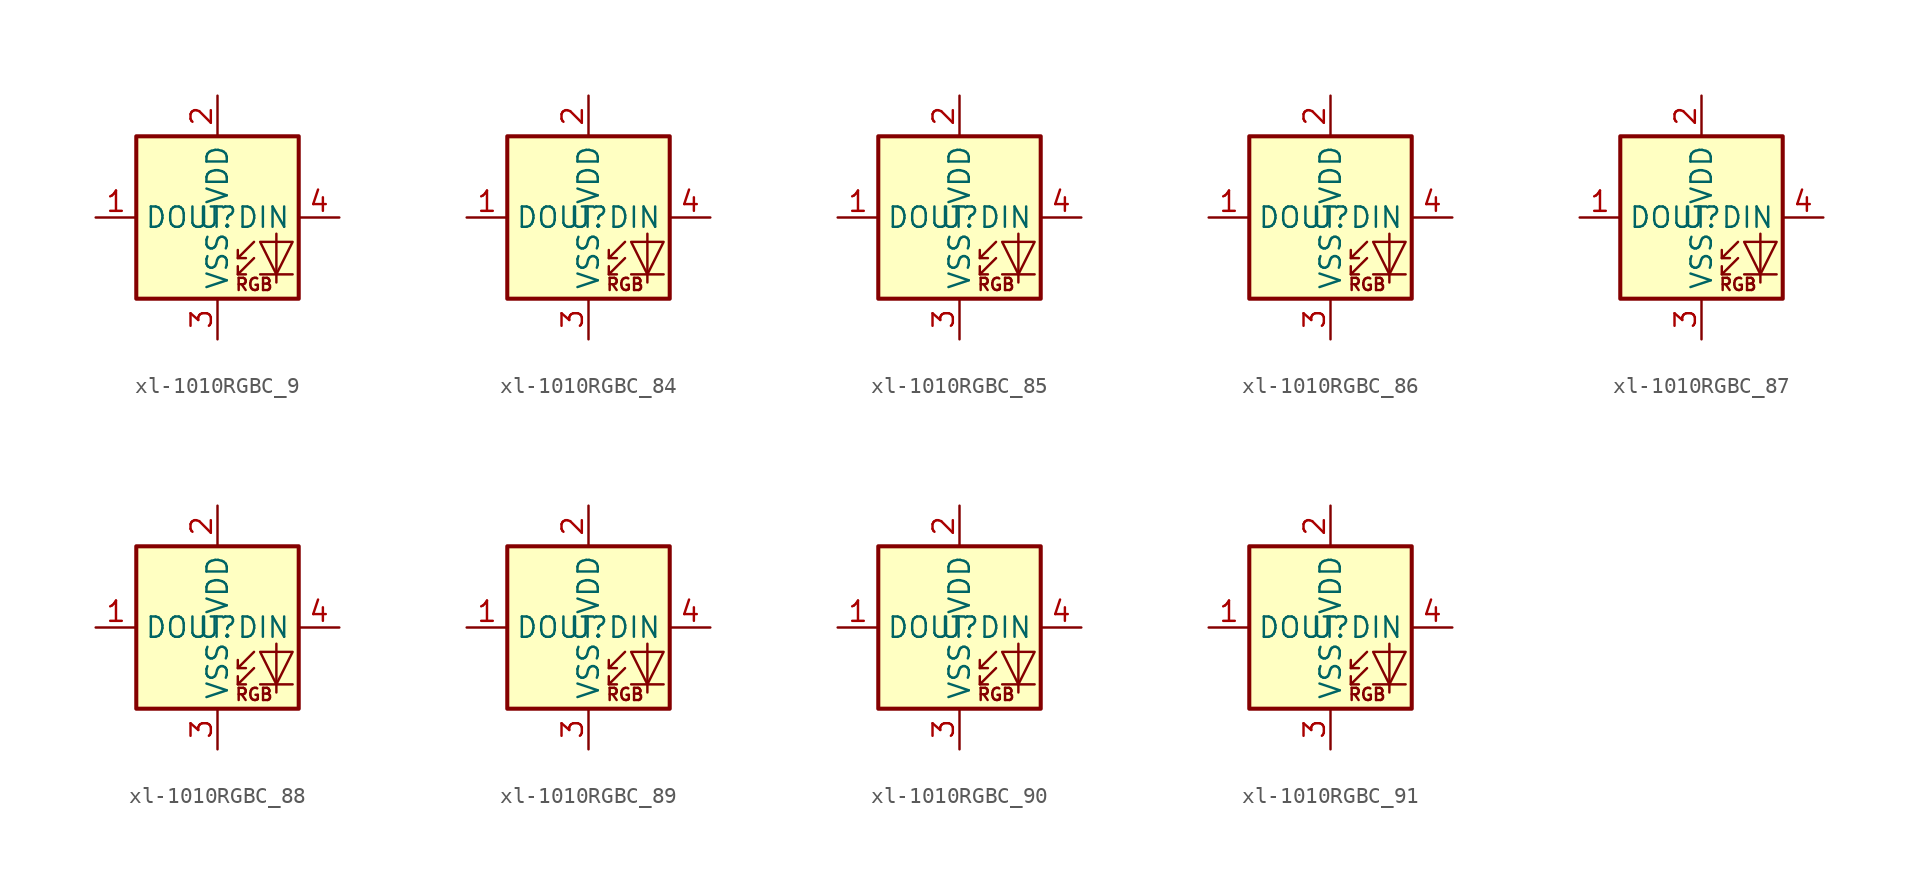
<source format=kicad_sym>
(kicad_symbol_lib
  (version 20231120)
  (generator "kicad_symbol_editor")
  (generator_version "8.0")
  (symbol "xl-1010RGBC_9"
    (property "Reference" "U"
      (at 0 0 0)
      (effects (font (size 1.27 1.27))))
    (property "Value" ""
      (at 0 0 0)
      (effects (font (size 1.27 1.27))))
    (symbol "xl-1010RGBC_9_0_0"
      (text "RGB" (at 2.286 -4.191 0) (effects (font (size 0.762 0.762)))))
    (symbol "xl-1010RGBC_9_0_1"
      (polyline (pts (xy 1.27 -3.556) (xy 1.778 -3.556)) (stroke (width 0) (type default)) (fill (type none)))
      (polyline (pts (xy 1.27 -2.54) (xy 1.778 -2.54)) (stroke (width 0) (type default)) (fill (type none)))
      (polyline (pts (xy 4.699 -3.556) (xy 2.667 -3.556)) (stroke (width 0) (type default)) (fill (type none)))
      (polyline (pts (xy 2.286 -2.54) (xy 1.27 -3.556) (xy 1.27 -3.048)) (stroke (width 0) (type default)) (fill (type none)))
      (polyline (pts (xy 2.286 -1.524) (xy 1.27 -2.54) (xy 1.27 -2.032)) (stroke (width 0) (type default)) (fill (type none)))
      (polyline (pts (xy 3.683 -1.016) (xy 3.683 -3.556) (xy 3.683 -4.064)) (stroke (width 0) (type default)) (fill (type none)))
      (polyline (pts (xy 4.699 -1.524) (xy 2.667 -1.524) (xy 3.683 -3.556) (xy 4.699 -1.524)) (stroke (width 0) (type default)) (fill (type none)))
      (rectangle (start 5.08 5.08) (end -5.08 -5.08) (stroke (width 0.254) (type default)) (fill (type background))))
    (symbol "xl-1010RGBC_9_1_1"
      (pin output line (at -7.62 0 0) (length 2.54) (name "DOUT" (effects (font (size 1.27 1.27)))) (number "1" (effects (font (size 1.27 1.27)))))
      (pin power_in line (at 0 7.62 270) (length 2.54) (name "VDD" (effects (font (size 1.27 1.27)))) (number "2" (effects (font (size 1.27 1.27)))))
      (pin power_in line (at 0 -7.62 90) (length 2.54) (name "VSS" (effects (font (size 1.27 1.27)))) (number "3" (effects (font (size 1.27 1.27)))))
      (pin input line (at 7.62 0 180) (length 2.54) (name "DIN" (effects (font (size 1.27 1.27)))) (number "4" (effects (font (size 1.27 1.27)))))))
  (symbol "xl-1010RGBC_84"
    (property "Reference" "U"
      (at 0 0 0)
      (effects (font (size 1.27 1.27))))
    (property "Value" ""
      (at 0 0 0)
      (effects (font (size 1.27 1.27))))
    (symbol "xl-1010RGBC_84_0_0"
      (text "RGB" (at 2.286 -4.191 0) (effects (font (size 0.762 0.762)))))
    (symbol "xl-1010RGBC_84_0_1"
      (polyline (pts (xy 1.27 -3.556) (xy 1.778 -3.556)) (stroke (width 0) (type default)) (fill (type none)))
      (polyline (pts (xy 1.27 -2.54) (xy 1.778 -2.54)) (stroke (width 0) (type default)) (fill (type none)))
      (polyline (pts (xy 4.699 -3.556) (xy 2.667 -3.556)) (stroke (width 0) (type default)) (fill (type none)))
      (polyline (pts (xy 2.286 -2.54) (xy 1.27 -3.556) (xy 1.27 -3.048)) (stroke (width 0) (type default)) (fill (type none)))
      (polyline (pts (xy 2.286 -1.524) (xy 1.27 -2.54) (xy 1.27 -2.032)) (stroke (width 0) (type default)) (fill (type none)))
      (polyline (pts (xy 3.683 -1.016) (xy 3.683 -3.556) (xy 3.683 -4.064)) (stroke (width 0) (type default)) (fill (type none)))
      (polyline (pts (xy 4.699 -1.524) (xy 2.667 -1.524) (xy 3.683 -3.556) (xy 4.699 -1.524)) (stroke (width 0) (type default)) (fill (type none)))
      (rectangle (start 5.08 5.08) (end -5.08 -5.08) (stroke (width 0.254) (type default)) (fill (type background))))
    (symbol "xl-1010RGBC_84_1_1"
      (pin output line (at -7.62 0 0) (length 2.54) (name "DOUT" (effects (font (size 1.27 1.27)))) (number "1" (effects (font (size 1.27 1.27)))))
      (pin power_in line (at 0 7.62 270) (length 2.54) (name "VDD" (effects (font (size 1.27 1.27)))) (number "2" (effects (font (size 1.27 1.27)))))
      (pin power_in line (at 0 -7.62 90) (length 2.54) (name "VSS" (effects (font (size 1.27 1.27)))) (number "3" (effects (font (size 1.27 1.27)))))
      (pin input line (at 7.62 0 180) (length 2.54) (name "DIN" (effects (font (size 1.27 1.27)))) (number "4" (effects (font (size 1.27 1.27)))))))
  (symbol "xl-1010RGBC_85"
    (property "Reference" "U"
      (at 0 0 0)
      (effects (font (size 1.27 1.27))))
    (property "Value" ""
      (at 0 0 0)
      (effects (font (size 1.27 1.27))))
    (symbol "xl-1010RGBC_85_0_0"
      (text "RGB" (at 2.286 -4.191 0) (effects (font (size 0.762 0.762)))))
    (symbol "xl-1010RGBC_85_0_1"
      (polyline (pts (xy 1.27 -3.556) (xy 1.778 -3.556)) (stroke (width 0) (type default)) (fill (type none)))
      (polyline (pts (xy 1.27 -2.54) (xy 1.778 -2.54)) (stroke (width 0) (type default)) (fill (type none)))
      (polyline (pts (xy 4.699 -3.556) (xy 2.667 -3.556)) (stroke (width 0) (type default)) (fill (type none)))
      (polyline (pts (xy 2.286 -2.54) (xy 1.27 -3.556) (xy 1.27 -3.048)) (stroke (width 0) (type default)) (fill (type none)))
      (polyline (pts (xy 2.286 -1.524) (xy 1.27 -2.54) (xy 1.27 -2.032)) (stroke (width 0) (type default)) (fill (type none)))
      (polyline (pts (xy 3.683 -1.016) (xy 3.683 -3.556) (xy 3.683 -4.064)) (stroke (width 0) (type default)) (fill (type none)))
      (polyline (pts (xy 4.699 -1.524) (xy 2.667 -1.524) (xy 3.683 -3.556) (xy 4.699 -1.524)) (stroke (width 0) (type default)) (fill (type none)))
      (rectangle (start 5.08 5.08) (end -5.08 -5.08) (stroke (width 0.254) (type default)) (fill (type background))))
    (symbol "xl-1010RGBC_85_1_1"
      (pin output line (at -7.62 0 0) (length 2.54) (name "DOUT" (effects (font (size 1.27 1.27)))) (number "1" (effects (font (size 1.27 1.27)))))
      (pin power_in line (at 0 7.62 270) (length 2.54) (name "VDD" (effects (font (size 1.27 1.27)))) (number "2" (effects (font (size 1.27 1.27)))))
      (pin power_in line (at 0 -7.62 90) (length 2.54) (name "VSS" (effects (font (size 1.27 1.27)))) (number "3" (effects (font (size 1.27 1.27)))))
      (pin input line (at 7.62 0 180) (length 2.54) (name "DIN" (effects (font (size 1.27 1.27)))) (number "4" (effects (font (size 1.27 1.27)))))))
  (symbol "xl-1010RGBC_86"
    (property "Reference" "U"
      (at 0 0 0)
      (effects (font (size 1.27 1.27))))
    (property "Value" ""
      (at 0 0 0)
      (effects (font (size 1.27 1.27))))
    (symbol "xl-1010RGBC_86_0_0"
      (text "RGB" (at 2.286 -4.191 0) (effects (font (size 0.762 0.762)))))
    (symbol "xl-1010RGBC_86_0_1"
      (polyline (pts (xy 1.27 -3.556) (xy 1.778 -3.556)) (stroke (width 0) (type default)) (fill (type none)))
      (polyline (pts (xy 1.27 -2.54) (xy 1.778 -2.54)) (stroke (width 0) (type default)) (fill (type none)))
      (polyline (pts (xy 4.699 -3.556) (xy 2.667 -3.556)) (stroke (width 0) (type default)) (fill (type none)))
      (polyline (pts (xy 2.286 -2.54) (xy 1.27 -3.556) (xy 1.27 -3.048)) (stroke (width 0) (type default)) (fill (type none)))
      (polyline (pts (xy 2.286 -1.524) (xy 1.27 -2.54) (xy 1.27 -2.032)) (stroke (width 0) (type default)) (fill (type none)))
      (polyline (pts (xy 3.683 -1.016) (xy 3.683 -3.556) (xy 3.683 -4.064)) (stroke (width 0) (type default)) (fill (type none)))
      (polyline (pts (xy 4.699 -1.524) (xy 2.667 -1.524) (xy 3.683 -3.556) (xy 4.699 -1.524)) (stroke (width 0) (type default)) (fill (type none)))
      (rectangle (start 5.08 5.08) (end -5.08 -5.08) (stroke (width 0.254) (type default)) (fill (type background))))
    (symbol "xl-1010RGBC_86_1_1"
      (pin output line (at -7.62 0 0) (length 2.54) (name "DOUT" (effects (font (size 1.27 1.27)))) (number "1" (effects (font (size 1.27 1.27)))))
      (pin power_in line (at 0 7.62 270) (length 2.54) (name "VDD" (effects (font (size 1.27 1.27)))) (number "2" (effects (font (size 1.27 1.27)))))
      (pin power_in line (at 0 -7.62 90) (length 2.54) (name "VSS" (effects (font (size 1.27 1.27)))) (number "3" (effects (font (size 1.27 1.27)))))
      (pin input line (at 7.62 0 180) (length 2.54) (name "DIN" (effects (font (size 1.27 1.27)))) (number "4" (effects (font (size 1.27 1.27)))))))
  (symbol "xl-1010RGBC_87"
    (property "Reference" "U"
      (at 0 0 0)
      (effects (font (size 1.27 1.27))))
    (property "Value" ""
      (at 0 0 0)
      (effects (font (size 1.27 1.27))))
    (symbol "xl-1010RGBC_87_0_0"
      (text "RGB" (at 2.286 -4.191 0) (effects (font (size 0.762 0.762)))))
    (symbol "xl-1010RGBC_87_0_1"
      (polyline (pts (xy 1.27 -3.556) (xy 1.778 -3.556)) (stroke (width 0) (type default)) (fill (type none)))
      (polyline (pts (xy 1.27 -2.54) (xy 1.778 -2.54)) (stroke (width 0) (type default)) (fill (type none)))
      (polyline (pts (xy 4.699 -3.556) (xy 2.667 -3.556)) (stroke (width 0) (type default)) (fill (type none)))
      (polyline (pts (xy 2.286 -2.54) (xy 1.27 -3.556) (xy 1.27 -3.048)) (stroke (width 0) (type default)) (fill (type none)))
      (polyline (pts (xy 2.286 -1.524) (xy 1.27 -2.54) (xy 1.27 -2.032)) (stroke (width 0) (type default)) (fill (type none)))
      (polyline (pts (xy 3.683 -1.016) (xy 3.683 -3.556) (xy 3.683 -4.064)) (stroke (width 0) (type default)) (fill (type none)))
      (polyline (pts (xy 4.699 -1.524) (xy 2.667 -1.524) (xy 3.683 -3.556) (xy 4.699 -1.524)) (stroke (width 0) (type default)) (fill (type none)))
      (rectangle (start 5.08 5.08) (end -5.08 -5.08) (stroke (width 0.254) (type default)) (fill (type background))))
    (symbol "xl-1010RGBC_87_1_1"
      (pin output line (at -7.62 0 0) (length 2.54) (name "DOUT" (effects (font (size 1.27 1.27)))) (number "1" (effects (font (size 1.27 1.27)))))
      (pin power_in line (at 0 7.62 270) (length 2.54) (name "VDD" (effects (font (size 1.27 1.27)))) (number "2" (effects (font (size 1.27 1.27)))))
      (pin power_in line (at 0 -7.62 90) (length 2.54) (name "VSS" (effects (font (size 1.27 1.27)))) (number "3" (effects (font (size 1.27 1.27)))))
      (pin input line (at 7.62 0 180) (length 2.54) (name "DIN" (effects (font (size 1.27 1.27)))) (number "4" (effects (font (size 1.27 1.27)))))))
  (symbol "xl-1010RGBC_88"
    (property "Reference" "U"
      (at 0 0 0)
      (effects (font (size 1.27 1.27))))
    (property "Value" ""
      (at 0 0 0)
      (effects (font (size 1.27 1.27))))
    (symbol "xl-1010RGBC_88_0_0"
      (text "RGB" (at 2.286 -4.191 0) (effects (font (size 0.762 0.762)))))
    (symbol "xl-1010RGBC_88_0_1"
      (polyline (pts (xy 1.27 -3.556) (xy 1.778 -3.556)) (stroke (width 0) (type default)) (fill (type none)))
      (polyline (pts (xy 1.27 -2.54) (xy 1.778 -2.54)) (stroke (width 0) (type default)) (fill (type none)))
      (polyline (pts (xy 4.699 -3.556) (xy 2.667 -3.556)) (stroke (width 0) (type default)) (fill (type none)))
      (polyline (pts (xy 2.286 -2.54) (xy 1.27 -3.556) (xy 1.27 -3.048)) (stroke (width 0) (type default)) (fill (type none)))
      (polyline (pts (xy 2.286 -1.524) (xy 1.27 -2.54) (xy 1.27 -2.032)) (stroke (width 0) (type default)) (fill (type none)))
      (polyline (pts (xy 3.683 -1.016) (xy 3.683 -3.556) (xy 3.683 -4.064)) (stroke (width 0) (type default)) (fill (type none)))
      (polyline (pts (xy 4.699 -1.524) (xy 2.667 -1.524) (xy 3.683 -3.556) (xy 4.699 -1.524)) (stroke (width 0) (type default)) (fill (type none)))
      (rectangle (start 5.08 5.08) (end -5.08 -5.08) (stroke (width 0.254) (type default)) (fill (type background))))
    (symbol "xl-1010RGBC_88_1_1"
      (pin output line (at -7.62 0 0) (length 2.54) (name "DOUT" (effects (font (size 1.27 1.27)))) (number "1" (effects (font (size 1.27 1.27)))))
      (pin power_in line (at 0 7.62 270) (length 2.54) (name "VDD" (effects (font (size 1.27 1.27)))) (number "2" (effects (font (size 1.27 1.27)))))
      (pin power_in line (at 0 -7.62 90) (length 2.54) (name "VSS" (effects (font (size 1.27 1.27)))) (number "3" (effects (font (size 1.27 1.27)))))
      (pin input line (at 7.62 0 180) (length 2.54) (name "DIN" (effects (font (size 1.27 1.27)))) (number "4" (effects (font (size 1.27 1.27)))))))
  (symbol "xl-1010RGBC_89"
    (property "Reference" "U"
      (at 0 0 0)
      (effects (font (size 1.27 1.27))))
    (property "Value" ""
      (at 0 0 0)
      (effects (font (size 1.27 1.27))))
    (symbol "xl-1010RGBC_89_0_0"
      (text "RGB" (at 2.286 -4.191 0) (effects (font (size 0.762 0.762)))))
    (symbol "xl-1010RGBC_89_0_1"
      (polyline (pts (xy 1.27 -3.556) (xy 1.778 -3.556)) (stroke (width 0) (type default)) (fill (type none)))
      (polyline (pts (xy 1.27 -2.54) (xy 1.778 -2.54)) (stroke (width 0) (type default)) (fill (type none)))
      (polyline (pts (xy 4.699 -3.556) (xy 2.667 -3.556)) (stroke (width 0) (type default)) (fill (type none)))
      (polyline (pts (xy 2.286 -2.54) (xy 1.27 -3.556) (xy 1.27 -3.048)) (stroke (width 0) (type default)) (fill (type none)))
      (polyline (pts (xy 2.286 -1.524) (xy 1.27 -2.54) (xy 1.27 -2.032)) (stroke (width 0) (type default)) (fill (type none)))
      (polyline (pts (xy 3.683 -1.016) (xy 3.683 -3.556) (xy 3.683 -4.064)) (stroke (width 0) (type default)) (fill (type none)))
      (polyline (pts (xy 4.699 -1.524) (xy 2.667 -1.524) (xy 3.683 -3.556) (xy 4.699 -1.524)) (stroke (width 0) (type default)) (fill (type none)))
      (rectangle (start 5.08 5.08) (end -5.08 -5.08) (stroke (width 0.254) (type default)) (fill (type background))))
    (symbol "xl-1010RGBC_89_1_1"
      (pin output line (at -7.62 0 0) (length 2.54) (name "DOUT" (effects (font (size 1.27 1.27)))) (number "1" (effects (font (size 1.27 1.27)))))
      (pin power_in line (at 0 7.62 270) (length 2.54) (name "VDD" (effects (font (size 1.27 1.27)))) (number "2" (effects (font (size 1.27 1.27)))))
      (pin power_in line (at 0 -7.62 90) (length 2.54) (name "VSS" (effects (font (size 1.27 1.27)))) (number "3" (effects (font (size 1.27 1.27)))))
      (pin input line (at 7.62 0 180) (length 2.54) (name "DIN" (effects (font (size 1.27 1.27)))) (number "4" (effects (font (size 1.27 1.27)))))))
  (symbol "xl-1010RGBC_90"
    (property "Reference" "U"
      (at 0 0 0)
      (effects (font (size 1.27 1.27))))
    (property "Value" ""
      (at 0 0 0)
      (effects (font (size 1.27 1.27))))
    (symbol "xl-1010RGBC_90_0_0"
      (text "RGB" (at 2.286 -4.191 0) (effects (font (size 0.762 0.762)))))
    (symbol "xl-1010RGBC_90_0_1"
      (polyline (pts (xy 1.27 -3.556) (xy 1.778 -3.556)) (stroke (width 0) (type default)) (fill (type none)))
      (polyline (pts (xy 1.27 -2.54) (xy 1.778 -2.54)) (stroke (width 0) (type default)) (fill (type none)))
      (polyline (pts (xy 4.699 -3.556) (xy 2.667 -3.556)) (stroke (width 0) (type default)) (fill (type none)))
      (polyline (pts (xy 2.286 -2.54) (xy 1.27 -3.556) (xy 1.27 -3.048)) (stroke (width 0) (type default)) (fill (type none)))
      (polyline (pts (xy 2.286 -1.524) (xy 1.27 -2.54) (xy 1.27 -2.032)) (stroke (width 0) (type default)) (fill (type none)))
      (polyline (pts (xy 3.683 -1.016) (xy 3.683 -3.556) (xy 3.683 -4.064)) (stroke (width 0) (type default)) (fill (type none)))
      (polyline (pts (xy 4.699 -1.524) (xy 2.667 -1.524) (xy 3.683 -3.556) (xy 4.699 -1.524)) (stroke (width 0) (type default)) (fill (type none)))
      (rectangle (start 5.08 5.08) (end -5.08 -5.08) (stroke (width 0.254) (type default)) (fill (type background))))
    (symbol "xl-1010RGBC_90_1_1"
      (pin output line (at -7.62 0 0) (length 2.54) (name "DOUT" (effects (font (size 1.27 1.27)))) (number "1" (effects (font (size 1.27 1.27)))))
      (pin power_in line (at 0 7.62 270) (length 2.54) (name "VDD" (effects (font (size 1.27 1.27)))) (number "2" (effects (font (size 1.27 1.27)))))
      (pin power_in line (at 0 -7.62 90) (length 2.54) (name "VSS" (effects (font (size 1.27 1.27)))) (number "3" (effects (font (size 1.27 1.27)))))
      (pin input line (at 7.62 0 180) (length 2.54) (name "DIN" (effects (font (size 1.27 1.27)))) (number "4" (effects (font (size 1.27 1.27)))))))
  (symbol "xl-1010RGBC_91"
    (property "Reference" "U"
      (at 0 0 0)
      (effects (font (size 1.27 1.27))))
    (property "Value" ""
      (at 0 0 0)
      (effects (font (size 1.27 1.27))))
    (symbol "xl-1010RGBC_91_0_0"
      (text "RGB" (at 2.286 -4.191 0) (effects (font (size 0.762 0.762)))))
    (symbol "xl-1010RGBC_91_0_1"
      (polyline (pts (xy 1.27 -3.556) (xy 1.778 -3.556)) (stroke (width 0) (type default)) (fill (type none)))
      (polyline (pts (xy 1.27 -2.54) (xy 1.778 -2.54)) (stroke (width 0) (type default)) (fill (type none)))
      (polyline (pts (xy 4.699 -3.556) (xy 2.667 -3.556)) (stroke (width 0) (type default)) (fill (type none)))
      (polyline (pts (xy 2.286 -2.54) (xy 1.27 -3.556) (xy 1.27 -3.048)) (stroke (width 0) (type default)) (fill (type none)))
      (polyline (pts (xy 2.286 -1.524) (xy 1.27 -2.54) (xy 1.27 -2.032)) (stroke (width 0) (type default)) (fill (type none)))
      (polyline (pts (xy 3.683 -1.016) (xy 3.683 -3.556) (xy 3.683 -4.064)) (stroke (width 0) (type default)) (fill (type none)))
      (polyline (pts (xy 4.699 -1.524) (xy 2.667 -1.524) (xy 3.683 -3.556) (xy 4.699 -1.524)) (stroke (width 0) (type default)) (fill (type none)))
      (rectangle (start 5.08 5.08) (end -5.08 -5.08) (stroke (width 0.254) (type default)) (fill (type background))))
    (symbol "xl-1010RGBC_91_1_1"
      (pin output line (at -7.62 0 0) (length 2.54) (name "DOUT" (effects (font (size 1.27 1.27)))) (number "1" (effects (font (size 1.27 1.27)))))
      (pin power_in line (at 0 7.62 270) (length 2.54) (name "VDD" (effects (font (size 1.27 1.27)))) (number "2" (effects (font (size 1.27 1.27)))))
      (pin power_in line (at 0 -7.62 90) (length 2.54) (name "VSS" (effects (font (size 1.27 1.27)))) (number "3" (effects (font (size 1.27 1.27)))))
      (pin input line (at 7.62 0 180) (length 2.54) (name "DIN" (effects (font (size 1.27 1.27)))) (number "4" (effects (font (size 1.27 1.27))))))))
</source>
